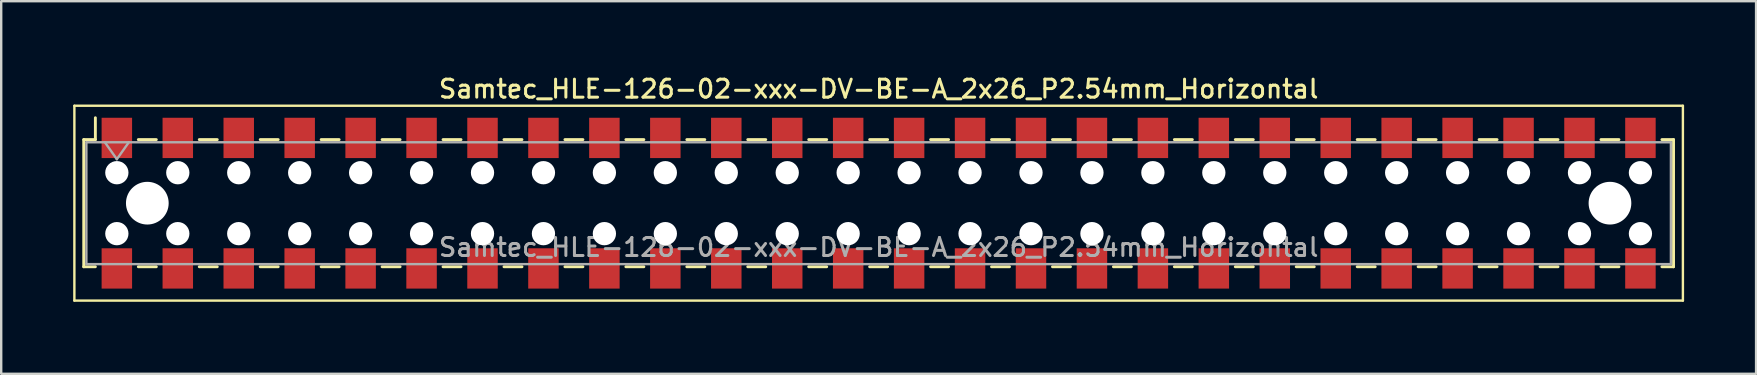
<source format=kicad_pcb>
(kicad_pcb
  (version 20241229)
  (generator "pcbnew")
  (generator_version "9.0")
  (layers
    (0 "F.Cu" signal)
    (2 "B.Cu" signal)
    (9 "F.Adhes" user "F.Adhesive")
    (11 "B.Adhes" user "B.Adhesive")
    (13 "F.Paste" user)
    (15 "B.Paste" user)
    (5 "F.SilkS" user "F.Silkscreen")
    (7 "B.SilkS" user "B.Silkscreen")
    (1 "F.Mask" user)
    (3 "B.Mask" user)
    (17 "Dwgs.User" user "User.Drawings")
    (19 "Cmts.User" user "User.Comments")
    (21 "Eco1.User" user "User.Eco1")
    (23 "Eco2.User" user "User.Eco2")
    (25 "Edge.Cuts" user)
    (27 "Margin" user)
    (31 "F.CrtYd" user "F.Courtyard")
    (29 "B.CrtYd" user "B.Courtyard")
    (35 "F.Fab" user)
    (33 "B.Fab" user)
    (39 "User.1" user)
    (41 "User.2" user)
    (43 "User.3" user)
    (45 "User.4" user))
  (footprint "Samtec_HLE-126-02-xxx-DV-BE-A_2x26_P2.54mm_Horizontal"
    (layer "F.Cu")
    (at 33.57 5.418)
    (property "Reference" "Samtec_HLE-126-02-xxx-DV-BE-A_2x26_P2.54mm_Horizontal" (at 0 -4.76 0) (layer "F.SilkS") (effects (font (size 0.75 0.75) (thickness 0.125))))
    (attr smd)
    (fp_line (start -33.52 -4.06) (end 33.52 -4.06) (stroke (width 0.1) (type solid)) (layer "F.SilkS"))
    (fp_line (start -33.52 4.06) (end -33.52 -4.06) (stroke (width 0.1) (type solid)) (layer "F.SilkS"))
    (fp_line (start -33.13 -2.65) (end -33.13 2.65) (stroke (width 0.12) (type solid)) (layer "F.SilkS"))
    (fp_line (start -33.13 2.65) (end -32.645 2.65) (stroke (width 0.12) (type solid)) (layer "F.SilkS"))
    (fp_line (start -32.645 -3.56) (end -32.645 -2.65) (stroke (width 0.12) (type solid)) (layer "F.SilkS"))
    (fp_line (start -32.645 -2.65) (end -33.13 -2.65) (stroke (width 0.12) (type solid)) (layer "F.SilkS"))
    (fp_line (start -30.855 -2.65) (end -30.105 -2.65) (stroke (width 0.12) (type solid)) (layer "F.SilkS"))
    (fp_line (start -30.855 2.65) (end -30.105 2.65) (stroke (width 0.12) (type solid)) (layer "F.SilkS"))
    (fp_line (start -28.315 -2.65) (end -27.565 -2.65) (stroke (width 0.12) (type solid)) (layer "F.SilkS"))
    (fp_line (start -28.315 2.65) (end -27.565 2.65) (stroke (width 0.12) (type solid)) (layer "F.SilkS"))
    (fp_line (start -25.775 -2.65) (end -25.025 -2.65) (stroke (width 0.12) (type solid)) (layer "F.SilkS"))
    (fp_line (start -25.775 2.65) (end -25.025 2.65) (stroke (width 0.12) (type solid)) (layer "F.SilkS"))
    (fp_line (start -23.235 -2.65) (end -22.485 -2.65) (stroke (width 0.12) (type solid)) (layer "F.SilkS"))
    (fp_line (start -23.235 2.65) (end -22.485 2.65) (stroke (width 0.12) (type solid)) (layer "F.SilkS"))
    (fp_line (start -20.695 -2.65) (end -19.945 -2.65) (stroke (width 0.12) (type solid)) (layer "F.SilkS"))
    (fp_line (start -20.695 2.65) (end -19.945 2.65) (stroke (width 0.12) (type solid)) (layer "F.SilkS"))
    (fp_line (start -18.155 -2.65) (end -17.405 -2.65) (stroke (width 0.12) (type solid)) (layer "F.SilkS"))
    (fp_line (start -18.155 2.65) (end -17.405 2.65) (stroke (width 0.12) (type solid)) (layer "F.SilkS"))
    (fp_line (start -15.615 -2.65) (end -14.865 -2.65) (stroke (width 0.12) (type solid)) (layer "F.SilkS"))
    (fp_line (start -15.615 2.65) (end -14.865 2.65) (stroke (width 0.12) (type solid)) (layer "F.SilkS"))
    (fp_line (start -13.075 -2.65) (end -12.325 -2.65) (stroke (width 0.12) (type solid)) (layer "F.SilkS"))
    (fp_line (start -13.075 2.65) (end -12.325 2.65) (stroke (width 0.12) (type solid)) (layer "F.SilkS"))
    (fp_line (start -10.535 -2.65) (end -9.785 -2.65) (stroke (width 0.12) (type solid)) (layer "F.SilkS"))
    (fp_line (start -10.535 2.65) (end -9.785 2.65) (stroke (width 0.12) (type solid)) (layer "F.SilkS"))
    (fp_line (start -7.995 -2.65) (end -7.245 -2.65) (stroke (width 0.12) (type solid)) (layer "F.SilkS"))
    (fp_line (start -7.995 2.65) (end -7.245 2.65) (stroke (width 0.12) (type solid)) (layer "F.SilkS"))
    (fp_line (start -5.455 -2.65) (end -4.705 -2.65) (stroke (width 0.12) (type solid)) (layer "F.SilkS"))
    (fp_line (start -5.455 2.65) (end -4.705 2.65) (stroke (width 0.12) (type solid)) (layer "F.SilkS"))
    (fp_line (start -2.915 -2.65) (end -2.165 -2.65) (stroke (width 0.12) (type solid)) (layer "F.SilkS"))
    (fp_line (start -2.915 2.65) (end -2.165 2.65) (stroke (width 0.12) (type solid)) (layer "F.SilkS"))
    (fp_line (start -0.375 -2.65) (end 0.375 -2.65) (stroke (width 0.12) (type solid)) (layer "F.SilkS"))
    (fp_line (start -0.375 2.65) (end 0.375 2.65) (stroke (width 0.12) (type solid)) (layer "F.SilkS"))
    (fp_line (start 2.165 -2.65) (end 2.915 -2.65) (stroke (width 0.12) (type solid)) (layer "F.SilkS"))
    (fp_line (start 2.165 2.65) (end 2.915 2.65) (stroke (width 0.12) (type solid)) (layer "F.SilkS"))
    (fp_line (start 4.705 -2.65) (end 5.455 -2.65) (stroke (width 0.12) (type solid)) (layer "F.SilkS"))
    (fp_line (start 4.705 2.65) (end 5.455 2.65) (stroke (width 0.12) (type solid)) (layer "F.SilkS"))
    (fp_line (start 7.245 -2.65) (end 7.995 -2.65) (stroke (width 0.12) (type solid)) (layer "F.SilkS"))
    (fp_line (start 7.245 2.65) (end 7.995 2.65) (stroke (width 0.12) (type solid)) (layer "F.SilkS"))
    (fp_line (start 9.785 -2.65) (end 10.535 -2.65) (stroke (width 0.12) (type solid)) (layer "F.SilkS"))
    (fp_line (start 9.785 2.65) (end 10.535 2.65) (stroke (width 0.12) (type solid)) (layer "F.SilkS"))
    (fp_line (start 12.325 -2.65) (end 13.075 -2.65) (stroke (width 0.12) (type solid)) (layer "F.SilkS"))
    (fp_line (start 12.325 2.65) (end 13.075 2.65) (stroke (width 0.12) (type solid)) (layer "F.SilkS"))
    (fp_line (start 14.865 -2.65) (end 15.615 -2.65) (stroke (width 0.12) (type solid)) (layer "F.SilkS"))
    (fp_line (start 14.865 2.65) (end 15.615 2.65) (stroke (width 0.12) (type solid)) (layer "F.SilkS"))
    (fp_line (start 17.405 -2.65) (end 18.155 -2.65) (stroke (width 0.12) (type solid)) (layer "F.SilkS"))
    (fp_line (start 17.405 2.65) (end 18.155 2.65) (stroke (width 0.12) (type solid)) (layer "F.SilkS"))
    (fp_line (start 19.945 -2.65) (end 20.695 -2.65) (stroke (width 0.12) (type solid)) (layer "F.SilkS"))
    (fp_line (start 19.945 2.65) (end 20.695 2.65) (stroke (width 0.12) (type solid)) (layer "F.SilkS"))
    (fp_line (start 22.485 -2.65) (end 23.235 -2.65) (stroke (width 0.12) (type solid)) (layer "F.SilkS"))
    (fp_line (start 22.485 2.65) (end 23.235 2.65) (stroke (width 0.12) (type solid)) (layer "F.SilkS"))
    (fp_line (start 25.025 -2.65) (end 25.775 -2.65) (stroke (width 0.12) (type solid)) (layer "F.SilkS"))
    (fp_line (start 25.025 2.65) (end 25.775 2.65) (stroke (width 0.12) (type solid)) (layer "F.SilkS"))
    (fp_line (start 27.565 -2.65) (end 28.315 -2.65) (stroke (width 0.12) (type solid)) (layer "F.SilkS"))
    (fp_line (start 27.565 2.65) (end 28.315 2.65) (stroke (width 0.12) (type solid)) (layer "F.SilkS"))
    (fp_line (start 30.105 -2.65) (end 30.855 -2.65) (stroke (width 0.12) (type solid)) (layer "F.SilkS"))
    (fp_line (start 30.105 2.65) (end 30.855 2.65) (stroke (width 0.12) (type solid)) (layer "F.SilkS"))
    (fp_line (start 32.645 -2.65) (end 33.13 -2.65) (stroke (width 0.12) (type solid)) (layer "F.SilkS"))
    (fp_line (start 33.13 -2.65) (end 33.13 2.65) (stroke (width 0.12) (type solid)) (layer "F.SilkS"))
    (fp_line (start 33.13 2.65) (end 32.645 2.65) (stroke (width 0.12) (type solid)) (layer "F.SilkS"))
    (fp_line (start 33.52 -4.06) (end 33.52 4.06) (stroke (width 0.1) (type solid)) (layer "F.SilkS"))
    (fp_line (start 33.52 4.06) (end -33.52 4.06) (stroke (width 0.1) (type solid)) (layer "F.SilkS"))
    (fp_line (start -33.02 -2.54) (end 33.02 -2.54) (stroke (width 0.1) (type solid)) (layer "F.Fab"))
    (fp_line (start -33.02 2.54) (end -33.02 -2.54) (stroke (width 0.1) (type solid)) (layer "F.Fab"))
    (fp_line (start -32.25 -2.54) (end -31.75 -1.833) (stroke (width 0.1) (type solid)) (layer "F.Fab"))
    (fp_line (start -31.75 -1.833) (end -31.25 -2.54) (stroke (width 0.1) (type solid)) (layer "F.Fab"))
    (fp_line (start 33.02 -2.54) (end 33.02 2.54) (stroke (width 0.1) (type solid)) (layer "F.Fab"))
    (fp_line (start 33.02 2.54) (end -33.02 2.54) (stroke (width 0.1) (type solid)) (layer "F.Fab"))
    (fp_text user "${REFERENCE}" (at 0 1.84 0) (layer "F.Fab") (effects (font (size 0.75 0.75) (thickness 0.125))))
    (pad "" np_thru_hole circle (at -31.75 -1.27) (size 0.97 0.97) (drill 0.97) (layers "*.Cu" "*.Mask"))
    (pad "" np_thru_hole circle (at -31.75 1.27) (size 0.97 0.97) (drill 0.97) (layers "*.Cu" "*.Mask"))
    (pad "" np_thru_hole circle (at -30.48 0) (size 1.78 1.78) (drill 1.78) (layers "*.Cu" "*.Mask"))
    (pad "" np_thru_hole circle (at -29.21 -1.27) (size 0.97 0.97) (drill 0.97) (layers "*.Cu" "*.Mask"))
    (pad "" np_thru_hole circle (at -29.21 1.27) (size 0.97 0.97) (drill 0.97) (layers "*.Cu" "*.Mask"))
    (pad "" np_thru_hole circle (at -26.67 -1.27) (size 0.97 0.97) (drill 0.97) (layers "*.Cu" "*.Mask"))
    (pad "" np_thru_hole circle (at -26.67 1.27) (size 0.97 0.97) (drill 0.97) (layers "*.Cu" "*.Mask"))
    (pad "" np_thru_hole circle (at -24.13 -1.27) (size 0.97 0.97) (drill 0.97) (layers "*.Cu" "*.Mask"))
    (pad "" np_thru_hole circle (at -24.13 1.27) (size 0.97 0.97) (drill 0.97) (layers "*.Cu" "*.Mask"))
    (pad "" np_thru_hole circle (at -21.59 -1.27) (size 0.97 0.97) (drill 0.97) (layers "*.Cu" "*.Mask"))
    (pad "" np_thru_hole circle (at -21.59 1.27) (size 0.97 0.97) (drill 0.97) (layers "*.Cu" "*.Mask"))
    (pad "" np_thru_hole circle (at -19.05 -1.27) (size 0.97 0.97) (drill 0.97) (layers "*.Cu" "*.Mask"))
    (pad "" np_thru_hole circle (at -19.05 1.27) (size 0.97 0.97) (drill 0.97) (layers "*.Cu" "*.Mask"))
    (pad "" np_thru_hole circle (at -16.51 -1.27) (size 0.97 0.97) (drill 0.97) (layers "*.Cu" "*.Mask"))
    (pad "" np_thru_hole circle (at -16.51 1.27) (size 0.97 0.97) (drill 0.97) (layers "*.Cu" "*.Mask"))
    (pad "" np_thru_hole circle (at -13.97 -1.27) (size 0.97 0.97) (drill 0.97) (layers "*.Cu" "*.Mask"))
    (pad "" np_thru_hole circle (at -13.97 1.27) (size 0.97 0.97) (drill 0.97) (layers "*.Cu" "*.Mask"))
    (pad "" np_thru_hole circle (at -11.43 -1.27) (size 0.97 0.97) (drill 0.97) (layers "*.Cu" "*.Mask"))
    (pad "" np_thru_hole circle (at -11.43 1.27) (size 0.97 0.97) (drill 0.97) (layers "*.Cu" "*.Mask"))
    (pad "" np_thru_hole circle (at -8.89 -1.27) (size 0.97 0.97) (drill 0.97) (layers "*.Cu" "*.Mask"))
    (pad "" np_thru_hole circle (at -8.89 1.27) (size 0.97 0.97) (drill 0.97) (layers "*.Cu" "*.Mask"))
    (pad "" np_thru_hole circle (at -6.35 -1.27) (size 0.97 0.97) (drill 0.97) (layers "*.Cu" "*.Mask"))
    (pad "" np_thru_hole circle (at -6.35 1.27) (size 0.97 0.97) (drill 0.97) (layers "*.Cu" "*.Mask"))
    (pad "" np_thru_hole circle (at -3.81 -1.27) (size 0.97 0.97) (drill 0.97) (layers "*.Cu" "*.Mask"))
    (pad "" np_thru_hole circle (at -3.81 1.27) (size 0.97 0.97) (drill 0.97) (layers "*.Cu" "*.Mask"))
    (pad "" np_thru_hole circle (at -1.27 -1.27) (size 0.97 0.97) (drill 0.97) (layers "*.Cu" "*.Mask"))
    (pad "" np_thru_hole circle (at -1.27 1.27) (size 0.97 0.97) (drill 0.97) (layers "*.Cu" "*.Mask"))
    (pad "" np_thru_hole circle (at 1.27 -1.27) (size 0.97 0.97) (drill 0.97) (layers "*.Cu" "*.Mask"))
    (pad "" np_thru_hole circle (at 1.27 1.27) (size 0.97 0.97) (drill 0.97) (layers "*.Cu" "*.Mask"))
    (pad "" np_thru_hole circle (at 3.81 -1.27) (size 0.97 0.97) (drill 0.97) (layers "*.Cu" "*.Mask"))
    (pad "" np_thru_hole circle (at 3.81 1.27) (size 0.97 0.97) (drill 0.97) (layers "*.Cu" "*.Mask"))
    (pad "" np_thru_hole circle (at 6.35 -1.27) (size 0.97 0.97) (drill 0.97) (layers "*.Cu" "*.Mask"))
    (pad "" np_thru_hole circle (at 6.35 1.27) (size 0.97 0.97) (drill 0.97) (layers "*.Cu" "*.Mask"))
    (pad "" np_thru_hole circle (at 8.89 -1.27) (size 0.97 0.97) (drill 0.97) (layers "*.Cu" "*.Mask"))
    (pad "" np_thru_hole circle (at 8.89 1.27) (size 0.97 0.97) (drill 0.97) (layers "*.Cu" "*.Mask"))
    (pad "" np_thru_hole circle (at 11.43 -1.27) (size 0.97 0.97) (drill 0.97) (layers "*.Cu" "*.Mask"))
    (pad "" np_thru_hole circle (at 11.43 1.27) (size 0.97 0.97) (drill 0.97) (layers "*.Cu" "*.Mask"))
    (pad "" np_thru_hole circle (at 13.97 -1.27) (size 0.97 0.97) (drill 0.97) (layers "*.Cu" "*.Mask"))
    (pad "" np_thru_hole circle (at 13.97 1.27) (size 0.97 0.97) (drill 0.97) (layers "*.Cu" "*.Mask"))
    (pad "" np_thru_hole circle (at 16.51 -1.27) (size 0.97 0.97) (drill 0.97) (layers "*.Cu" "*.Mask"))
    (pad "" np_thru_hole circle (at 16.51 1.27) (size 0.97 0.97) (drill 0.97) (layers "*.Cu" "*.Mask"))
    (pad "" np_thru_hole circle (at 19.05 -1.27) (size 0.97 0.97) (drill 0.97) (layers "*.Cu" "*.Mask"))
    (pad "" np_thru_hole circle (at 19.05 1.27) (size 0.97 0.97) (drill 0.97) (layers "*.Cu" "*.Mask"))
    (pad "" np_thru_hole circle (at 21.59 -1.27) (size 0.97 0.97) (drill 0.97) (layers "*.Cu" "*.Mask"))
    (pad "" np_thru_hole circle (at 21.59 1.27) (size 0.97 0.97) (drill 0.97) (layers "*.Cu" "*.Mask"))
    (pad "" np_thru_hole circle (at 24.13 -1.27) (size 0.97 0.97) (drill 0.97) (layers "*.Cu" "*.Mask"))
    (pad "" np_thru_hole circle (at 24.13 1.27) (size 0.97 0.97) (drill 0.97) (layers "*.Cu" "*.Mask"))
    (pad "" np_thru_hole circle (at 26.67 -1.27) (size 0.97 0.97) (drill 0.97) (layers "*.Cu" "*.Mask"))
    (pad "" np_thru_hole circle (at 26.67 1.27) (size 0.97 0.97) (drill 0.97) (layers "*.Cu" "*.Mask"))
    (pad "" np_thru_hole circle (at 29.21 -1.27) (size 0.97 0.97) (drill 0.97) (layers "*.Cu" "*.Mask"))
    (pad "" np_thru_hole circle (at 29.21 1.27) (size 0.97 0.97) (drill 0.97) (layers "*.Cu" "*.Mask"))
    (pad "" np_thru_hole circle (at 30.48 0) (size 1.78 1.78) (drill 1.78) (layers "*.Cu" "*.Mask"))
    (pad "" np_thru_hole circle (at 31.75 -1.27) (size 0.97 0.97) (drill 0.97) (layers "*.Cu" "*.Mask"))
    (pad "" np_thru_hole circle (at 31.75 1.27) (size 0.97 0.97) (drill 0.97) (layers "*.Cu" "*.Mask"))
    (pad "1" smd rect (at -31.75 -2.72) (size 1.27 1.68) (layers "F.Cu" "F.Mask" "F.Paste"))
    (pad "2" smd rect (at -31.75 2.72) (size 1.27 1.68) (layers "F.Cu" "F.Mask" "F.Paste"))
    (pad "3" smd rect (at -29.21 -2.72) (size 1.27 1.68) (layers "F.Cu" "F.Mask" "F.Paste"))
    (pad "4" smd rect (at -29.21 2.72) (size 1.27 1.68) (layers "F.Cu" "F.Mask" "F.Paste"))
    (pad "5" smd rect (at -26.67 -2.72) (size 1.27 1.68) (layers "F.Cu" "F.Mask" "F.Paste"))
    (pad "6" smd rect (at -26.67 2.72) (size 1.27 1.68) (layers "F.Cu" "F.Mask" "F.Paste"))
    (pad "7" smd rect (at -24.13 -2.72) (size 1.27 1.68) (layers "F.Cu" "F.Mask" "F.Paste"))
    (pad "8" smd rect (at -24.13 2.72) (size 1.27 1.68) (layers "F.Cu" "F.Mask" "F.Paste"))
    (pad "9" smd rect (at -21.59 -2.72) (size 1.27 1.68) (layers "F.Cu" "F.Mask" "F.Paste"))
    (pad "10" smd rect (at -21.59 2.72) (size 1.27 1.68) (layers "F.Cu" "F.Mask" "F.Paste"))
    (pad "11" smd rect (at -19.05 -2.72) (size 1.27 1.68) (layers "F.Cu" "F.Mask" "F.Paste"))
    (pad "12" smd rect (at -19.05 2.72) (size 1.27 1.68) (layers "F.Cu" "F.Mask" "F.Paste"))
    (pad "13" smd rect (at -16.51 -2.72) (size 1.27 1.68) (layers "F.Cu" "F.Mask" "F.Paste"))
    (pad "14" smd rect (at -16.51 2.72) (size 1.27 1.68) (layers "F.Cu" "F.Mask" "F.Paste"))
    (pad "15" smd rect (at -13.97 -2.72) (size 1.27 1.68) (layers "F.Cu" "F.Mask" "F.Paste"))
    (pad "16" smd rect (at -13.97 2.72) (size 1.27 1.68) (layers "F.Cu" "F.Mask" "F.Paste"))
    (pad "17" smd rect (at -11.43 -2.72) (size 1.27 1.68) (layers "F.Cu" "F.Mask" "F.Paste"))
    (pad "18" smd rect (at -11.43 2.72) (size 1.27 1.68) (layers "F.Cu" "F.Mask" "F.Paste"))
    (pad "19" smd rect (at -8.89 -2.72) (size 1.27 1.68) (layers "F.Cu" "F.Mask" "F.Paste"))
    (pad "20" smd rect (at -8.89 2.72) (size 1.27 1.68) (layers "F.Cu" "F.Mask" "F.Paste"))
    (pad "21" smd rect (at -6.35 -2.72) (size 1.27 1.68) (layers "F.Cu" "F.Mask" "F.Paste"))
    (pad "22" smd rect (at -6.35 2.72) (size 1.27 1.68) (layers "F.Cu" "F.Mask" "F.Paste"))
    (pad "23" smd rect (at -3.81 -2.72) (size 1.27 1.68) (layers "F.Cu" "F.Mask" "F.Paste"))
    (pad "24" smd rect (at -3.81 2.72) (size 1.27 1.68) (layers "F.Cu" "F.Mask" "F.Paste"))
    (pad "25" smd rect (at -1.27 -2.72) (size 1.27 1.68) (layers "F.Cu" "F.Mask" "F.Paste"))
    (pad "26" smd rect (at -1.27 2.72) (size 1.27 1.68) (layers "F.Cu" "F.Mask" "F.Paste"))
    (pad "27" smd rect (at 1.27 -2.72) (size 1.27 1.68) (layers "F.Cu" "F.Mask" "F.Paste"))
    (pad "28" smd rect (at 1.27 2.72) (size 1.27 1.68) (layers "F.Cu" "F.Mask" "F.Paste"))
    (pad "29" smd rect (at 3.81 -2.72) (size 1.27 1.68) (layers "F.Cu" "F.Mask" "F.Paste"))
    (pad "30" smd rect (at 3.81 2.72) (size 1.27 1.68) (layers "F.Cu" "F.Mask" "F.Paste"))
    (pad "31" smd rect (at 6.35 -2.72) (size 1.27 1.68) (layers "F.Cu" "F.Mask" "F.Paste"))
    (pad "32" smd rect (at 6.35 2.72) (size 1.27 1.68) (layers "F.Cu" "F.Mask" "F.Paste"))
    (pad "33" smd rect (at 8.89 -2.72) (size 1.27 1.68) (layers "F.Cu" "F.Mask" "F.Paste"))
    (pad "34" smd rect (at 8.89 2.72) (size 1.27 1.68) (layers "F.Cu" "F.Mask" "F.Paste"))
    (pad "35" smd rect (at 11.43 -2.72) (size 1.27 1.68) (layers "F.Cu" "F.Mask" "F.Paste"))
    (pad "36" smd rect (at 11.43 2.72) (size 1.27 1.68) (layers "F.Cu" "F.Mask" "F.Paste"))
    (pad "37" smd rect (at 13.97 -2.72) (size 1.27 1.68) (layers "F.Cu" "F.Mask" "F.Paste"))
    (pad "38" smd rect (at 13.97 2.72) (size 1.27 1.68) (layers "F.Cu" "F.Mask" "F.Paste"))
    (pad "39" smd rect (at 16.51 -2.72) (size 1.27 1.68) (layers "F.Cu" "F.Mask" "F.Paste"))
    (pad "40" smd rect (at 16.51 2.72) (size 1.27 1.68) (layers "F.Cu" "F.Mask" "F.Paste"))
    (pad "41" smd rect (at 19.05 -2.72) (size 1.27 1.68) (layers "F.Cu" "F.Mask" "F.Paste"))
    (pad "42" smd rect (at 19.05 2.72) (size 1.27 1.68) (layers "F.Cu" "F.Mask" "F.Paste"))
    (pad "43" smd rect (at 21.59 -2.72) (size 1.27 1.68) (layers "F.Cu" "F.Mask" "F.Paste"))
    (pad "44" smd rect (at 21.59 2.72) (size 1.27 1.68) (layers "F.Cu" "F.Mask" "F.Paste"))
    (pad "45" smd rect (at 24.13 -2.72) (size 1.27 1.68) (layers "F.Cu" "F.Mask" "F.Paste"))
    (pad "46" smd rect (at 24.13 2.72) (size 1.27 1.68) (layers "F.Cu" "F.Mask" "F.Paste"))
    (pad "47" smd rect (at 26.67 -2.72) (size 1.27 1.68) (layers "F.Cu" "F.Mask" "F.Paste"))
    (pad "48" smd rect (at 26.67 2.72) (size 1.27 1.68) (layers "F.Cu" "F.Mask" "F.Paste"))
    (pad "49" smd rect (at 29.21 -2.72) (size 1.27 1.68) (layers "F.Cu" "F.Mask" "F.Paste"))
    (pad "50" smd rect (at 29.21 2.72) (size 1.27 1.68) (layers "F.Cu" "F.Mask" "F.Paste"))
    (pad "51" smd rect (at 31.75 -2.72) (size 1.27 1.68) (layers "F.Cu" "F.Mask" "F.Paste"))
    (pad "52" smd rect (at 31.75 2.72) (size 1.27 1.68) (layers "F.Cu" "F.Mask" "F.Paste")))
  (gr_rect
    (start -3 -3)
    (end 70.14 12.528)
    (stroke (width 0.1) (type default))
    (fill no)
    (layer "Edge.Cuts")))
</source>
